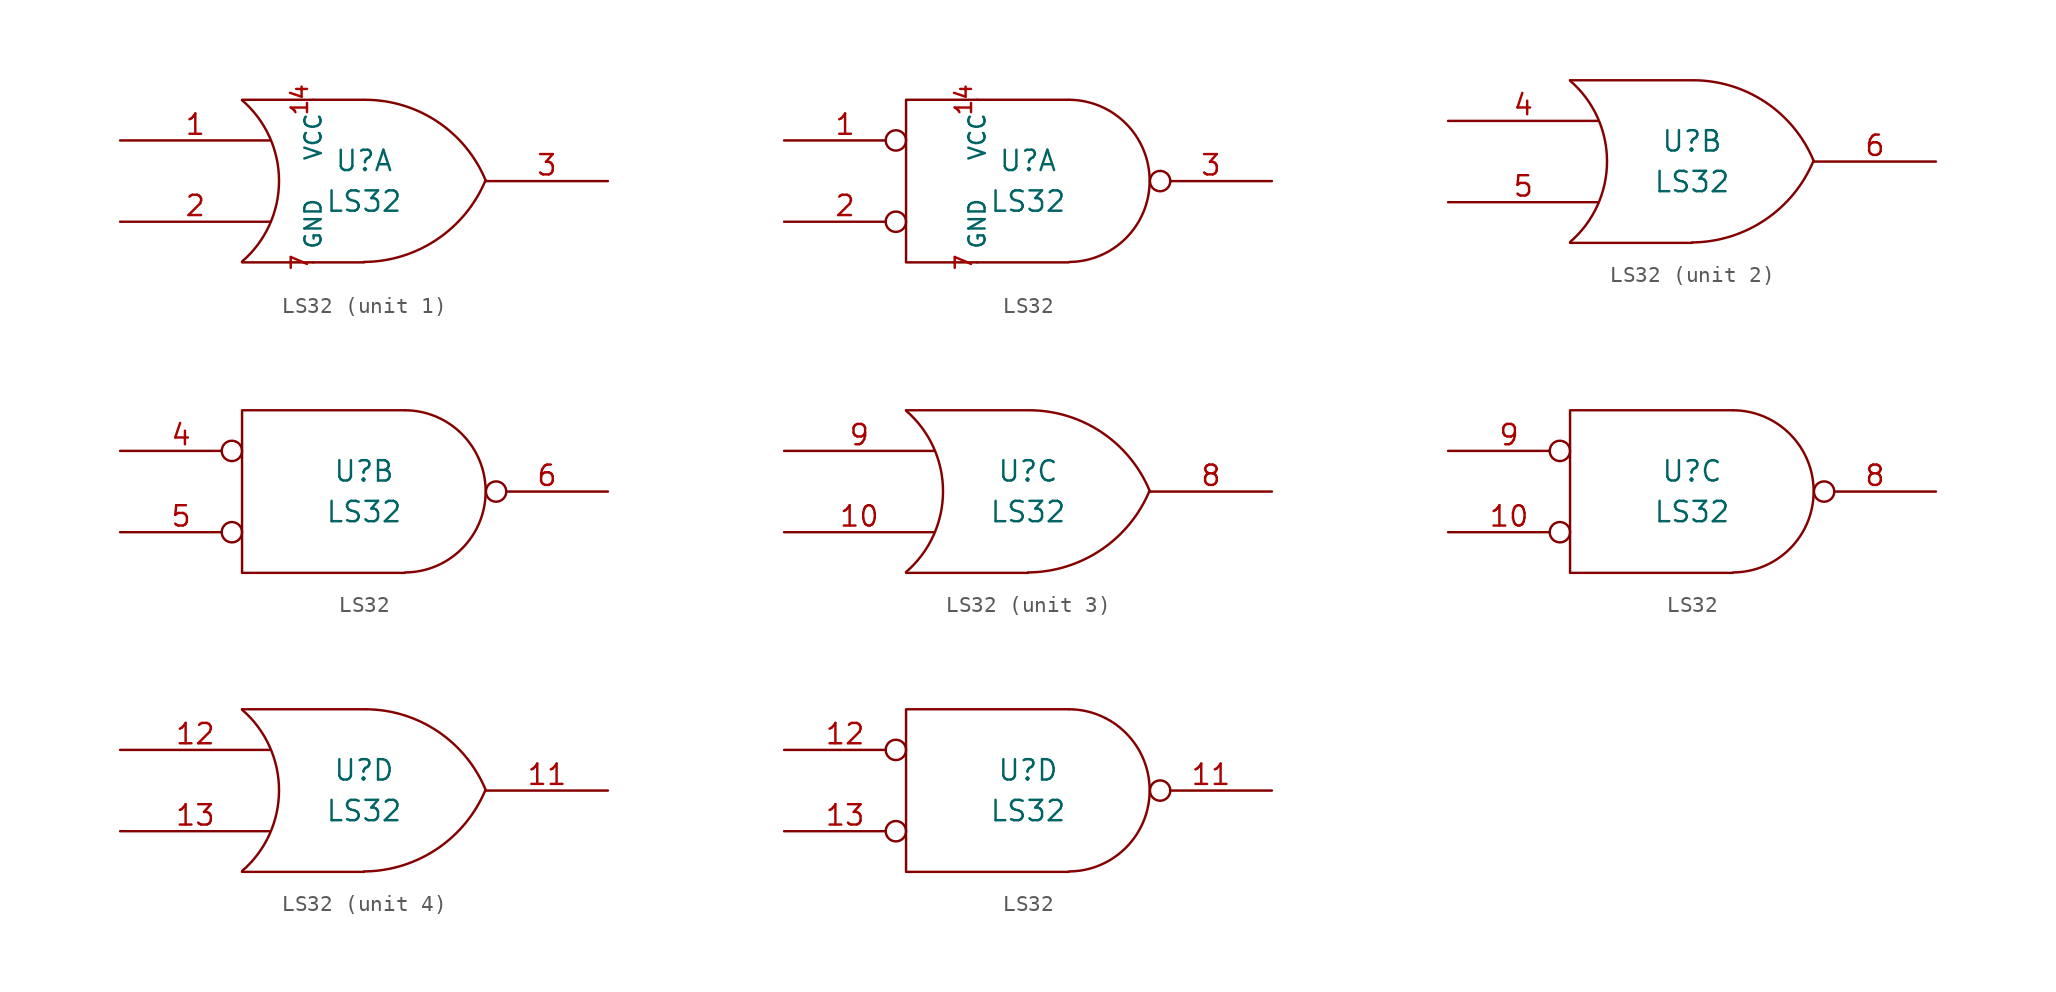
<source format=kicad_sym>
(kicad_symbol_lib
  (version 20211014)
  (generator kicad_symbol_editor)
  (symbol "LS32"
    (pin_names
      (offset 0.762))
    (property "Reference" "U"
      (at 0 1.27 0)
      (effects (font (size 1.27 1.27))))
    (property "Value" "LS32"
      (at 0 -1.27 0)
      (effects (font (size 1.27 1.27))))
    (symbol "LS32_0_1"
      (arc (start -7.62 -5.0292) (mid -5.3094 0.0127) (end -7.62 5.0546) (stroke (width 0) (type default) (color 0 0 0 0)) (fill (type none)))
      (arc (start 0 -5.0546) (mid 4.5649 -3.6437) (end 7.5946 0.0508) (stroke (width 0) (type default) (color 0 0 0 0)) (fill (type none)))
      (polyline (pts (xy -7.62 -5.08) (xy 0 -5.08)) (stroke (width 0) (type default) (color 0 0 0 0)) (fill (type none)))
      (polyline (pts (xy -7.62 5.08) (xy 0 5.08)) (stroke (width 0) (type default) (color 0 0 0 0)) (fill (type none)))
      (arc (start 7.62 0) (mid 4.6112 3.6959) (end 0.0508 5.08) (stroke (width 0) (type default) (color 0 0 0 0)) (fill (type none))))
    (symbol "LS32_0_2"
      (polyline (pts (xy 2.54 5.08) (xy -7.62 5.08) (xy -7.62 -5.08) (xy 2.54 -5.08)) (stroke (width 0) (type default) (color 0 0 0 0)) (fill (type none)))
      (arc (start 2.5654 -5.0546) (mid 7.5947 0.0127) (end 2.5654 5.08) (stroke (width 0) (type default) (color 0 0 0 0)) (fill (type none))))
    (symbol "LS32_1_0"
      (pin power_in line (at -3.175 5.08 270) (length 0) (name "VCC" (effects (font (size 1.016 1.016)))) (number "14" (effects (font (size 1.016 1.016)))))
      (pin power_in line (at -3.175 -5.08 90) (length 0) (name "GND" (effects (font (size 1.016 1.016)))) (number "7" (effects (font (size 1.016 1.016))))))
    (symbol "LS32_1_1"
      (pin input line (at -15.24 2.54 0) (length 9.398) (name "~" (effects (font (size 1.27 1.27)))) (number "1" (effects (font (size 1.27 1.27)))))
      (pin input line (at -15.24 -2.54 0) (length 9.398) (name "~" (effects (font (size 1.27 1.27)))) (number "2" (effects (font (size 1.27 1.27)))))
      (pin output line (at 15.24 0 180) (length 7.62) (name "~" (effects (font (size 1.27 1.27)))) (number "3" (effects (font (size 1.27 1.27))))))
    (symbol "LS32_1_2"
      (pin input inverted (at -15.24 2.54 0) (length 7.62) (name "~" (effects (font (size 1.27 1.27)))) (number "1" (effects (font (size 1.27 1.27)))))
      (pin input inverted (at -15.24 -2.54 0) (length 7.62) (name "~" (effects (font (size 1.27 1.27)))) (number "2" (effects (font (size 1.27 1.27)))))
      (pin output inverted (at 15.24 0 180) (length 7.62) (name "~" (effects (font (size 1.27 1.27)))) (number "3" (effects (font (size 1.27 1.27))))))
    (symbol "LS32_2_1"
      (pin input line (at -15.24 2.54 0) (length 9.398) (name "~" (effects (font (size 1.27 1.27)))) (number "4" (effects (font (size 1.27 1.27)))))
      (pin input line (at -15.24 -2.54 0) (length 9.398) (name "~" (effects (font (size 1.27 1.27)))) (number "5" (effects (font (size 1.27 1.27)))))
      (pin output line (at 15.24 0 180) (length 7.62) (name "~" (effects (font (size 1.27 1.27)))) (number "6" (effects (font (size 1.27 1.27))))))
    (symbol "LS32_2_2"
      (pin input inverted (at -15.24 2.54 0) (length 7.62) (name "~" (effects (font (size 1.27 1.27)))) (number "4" (effects (font (size 1.27 1.27)))))
      (pin input inverted (at -15.24 -2.54 0) (length 7.62) (name "~" (effects (font (size 1.27 1.27)))) (number "5" (effects (font (size 1.27 1.27)))))
      (pin output inverted (at 15.24 0 180) (length 7.62) (name "~" (effects (font (size 1.27 1.27)))) (number "6" (effects (font (size 1.27 1.27))))))
    (symbol "LS32_3_1"
      (pin input line (at -15.24 -2.54 0) (length 9.398) (name "~" (effects (font (size 1.27 1.27)))) (number "10" (effects (font (size 1.27 1.27)))))
      (pin output line (at 15.24 0 180) (length 7.62) (name "~" (effects (font (size 1.27 1.27)))) (number "8" (effects (font (size 1.27 1.27)))))
      (pin input line (at -15.24 2.54 0) (length 9.398) (name "~" (effects (font (size 1.27 1.27)))) (number "9" (effects (font (size 1.27 1.27))))))
    (symbol "LS32_3_2"
      (pin input inverted (at -15.24 -2.54 0) (length 7.62) (name "~" (effects (font (size 1.27 1.27)))) (number "10" (effects (font (size 1.27 1.27)))))
      (pin output inverted (at 15.24 0 180) (length 7.62) (name "~" (effects (font (size 1.27 1.27)))) (number "8" (effects (font (size 1.27 1.27)))))
      (pin input inverted (at -15.24 2.54 0) (length 7.62) (name "~" (effects (font (size 1.27 1.27)))) (number "9" (effects (font (size 1.27 1.27))))))
    (symbol "LS32_4_1"
      (pin output line (at 15.24 0 180) (length 7.62) (name "~" (effects (font (size 1.27 1.27)))) (number "11" (effects (font (size 1.27 1.27)))))
      (pin input line (at -15.24 2.54 0) (length 9.398) (name "~" (effects (font (size 1.27 1.27)))) (number "12" (effects (font (size 1.27 1.27)))))
      (pin input line (at -15.24 -2.54 0) (length 9.398) (name "~" (effects (font (size 1.27 1.27)))) (number "13" (effects (font (size 1.27 1.27))))))
    (symbol "LS32_4_2"
      (pin output inverted (at 15.24 0 180) (length 7.62) (name "~" (effects (font (size 1.27 1.27)))) (number "11" (effects (font (size 1.27 1.27)))))
      (pin input inverted (at -15.24 2.54 0) (length 7.62) (name "~" (effects (font (size 1.27 1.27)))) (number "12" (effects (font (size 1.27 1.27)))))
      (pin input inverted (at -15.24 -2.54 0) (length 7.62) (name "~" (effects (font (size 1.27 1.27)))) (number "13" (effects (font (size 1.27 1.27))))))))
</source>
